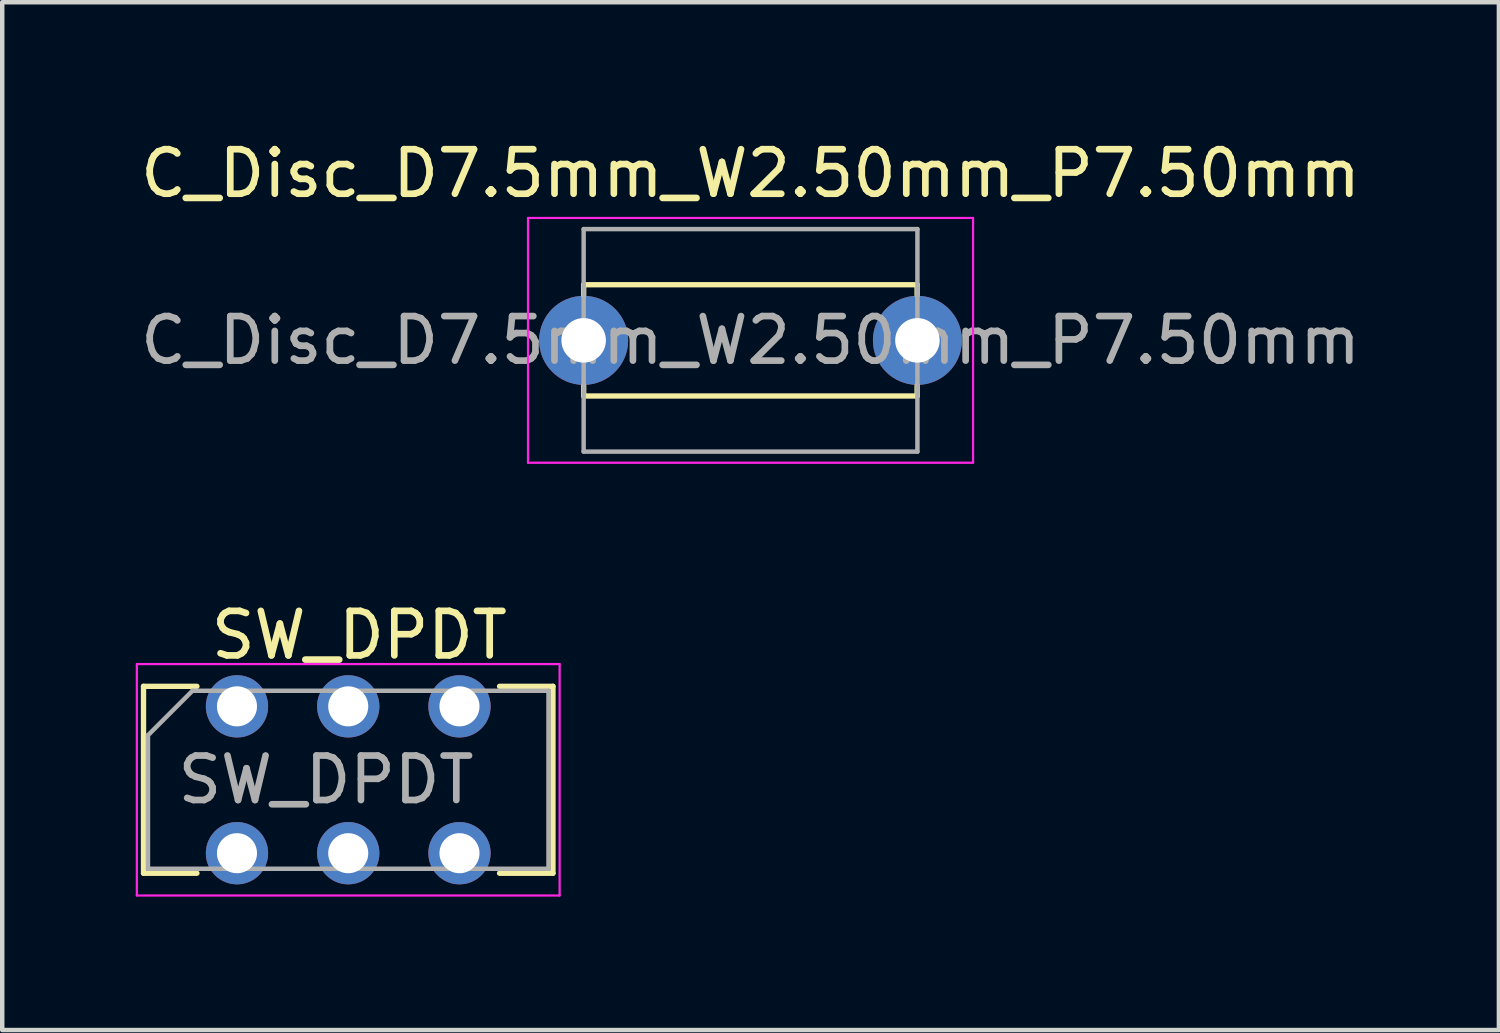
<source format=kicad_pcb>
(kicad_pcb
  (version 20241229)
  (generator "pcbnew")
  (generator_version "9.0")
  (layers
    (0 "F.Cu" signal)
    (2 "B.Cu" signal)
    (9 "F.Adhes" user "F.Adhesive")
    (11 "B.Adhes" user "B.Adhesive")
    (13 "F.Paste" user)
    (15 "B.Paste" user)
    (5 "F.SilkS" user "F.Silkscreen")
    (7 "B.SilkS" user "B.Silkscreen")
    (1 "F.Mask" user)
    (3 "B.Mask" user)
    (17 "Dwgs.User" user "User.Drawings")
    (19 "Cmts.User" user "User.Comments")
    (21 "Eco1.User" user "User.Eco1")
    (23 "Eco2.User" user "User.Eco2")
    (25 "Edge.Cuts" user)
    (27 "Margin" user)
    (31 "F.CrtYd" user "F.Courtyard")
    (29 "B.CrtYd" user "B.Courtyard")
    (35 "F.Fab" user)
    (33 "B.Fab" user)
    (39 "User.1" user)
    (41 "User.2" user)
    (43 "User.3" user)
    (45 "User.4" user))
  (footprint "C_Disc_D7.5mm_W2.50mm_P7.50mm"
    (layer "F.Cu")
    (at 10.065 4.598)
    (property "Reference" "C_Disc_D7.5mm_W2.50mm_P7.50mm" (at 3.75 -3.75 0) (layer "F.SilkS") (effects (font (size 1 1) (thickness 0.15))))
    (attr through_hole)
    (fp_line (start 0 -1.25) (end 0 -1.016) (stroke (width 0.12) (type solid)) (layer "F.SilkS"))
    (fp_line (start 0 -1.25) (end 7.493 -1.25) (stroke (width 0.12) (type solid)) (layer "F.SilkS"))
    (fp_line (start 0 1.016) (end 0 1.25) (stroke (width 0.12) (type solid)) (layer "F.SilkS"))
    (fp_line (start 0 1.25) (end 7.493 1.25) (stroke (width 0.12) (type solid)) (layer "F.SilkS"))
    (fp_line (start 7.493 -1.25) (end 7.493 -1.016) (stroke (width 0.12) (type solid)) (layer "F.SilkS"))
    (fp_line (start 7.493 1.016) (end 7.493 1.25) (stroke (width 0.12) (type solid)) (layer "F.SilkS"))
    (fp_line (start -1.25 -2.75) (end -1.25 2.75) (stroke (width 0.05) (type solid)) (layer "F.CrtYd"))
    (fp_line (start -1.25 2.75) (end 8.75 2.75) (stroke (width 0.05) (type solid)) (layer "F.CrtYd"))
    (fp_line (start 8.75 -2.75) (end -1.25 -2.75) (stroke (width 0.05) (type solid)) (layer "F.CrtYd"))
    (fp_line (start 8.75 2.75) (end 8.75 -2.75) (stroke (width 0.05) (type solid)) (layer "F.CrtYd"))
    (fp_line (start 0 -2.5) (end 0 2.5) (stroke (width 0.1) (type solid)) (layer "F.Fab"))
    (fp_line (start 0 2.5) (end 7.5 2.5) (stroke (width 0.1) (type solid)) (layer "F.Fab"))
    (fp_line (start 7.5 -2.5) (end 0 -2.5) (stroke (width 0.1) (type solid)) (layer "F.Fab"))
    (fp_line (start 7.5 2.5) (end 7.5 -2.5) (stroke (width 0.1) (type solid)) (layer "F.Fab"))
    (fp_text user "${REFERENCE}" (at 3.75 0 0) (layer "F.Fab") (effects (font (size 1 1) (thickness 0.15))))
    (pad "1" thru_hole circle (at 0 0) (size 2 2) (drill 1) (layers "*.Cu" "*.Mask"))
    (pad "2" thru_hole circle (at 7.5 0) (size 2 2) (drill 1) (layers "*.Cu" "*.Mask")))
  (footprint "SW_DPDT"
    (layer "F.Cu")
    (at 2.275 12.822)
    (property "Reference" "SW_DPDT" (at 2.75 -1.6 0) (layer "F.SilkS") (effects (font (size 1 1) (thickness 0.15))))
    (attr through_hole)
    (fp_line (start -2.1 -0.45) (end -2.1 3.75) (stroke (width 0.12) (type solid)) (layer "F.SilkS"))
    (fp_line (start -2.1 3.75) (end -0.9 3.75) (stroke (width 0.12) (type solid)) (layer "F.SilkS"))
    (fp_line (start -0.9 -0.45) (end -2.1 -0.45) (stroke (width 0.12) (type solid)) (layer "F.SilkS"))
    (fp_line (start 5.9 -0.45) (end 7.1 -0.45) (stroke (width 0.12) (type solid)) (layer "F.SilkS"))
    (fp_line (start 7.1 -0.45) (end 7.1 3.75) (stroke (width 0.12) (type solid)) (layer "F.SilkS"))
    (fp_line (start 7.1 3.75) (end 5.9 3.75) (stroke (width 0.12) (type solid)) (layer "F.SilkS"))
    (fp_line (start -2.25 -0.95) (end 7.25 -0.95) (stroke (width 0.05) (type solid)) (layer "F.CrtYd"))
    (fp_line (start -2.25 4.25) (end -2.25 -0.95) (stroke (width 0.05) (type solid)) (layer "F.CrtYd"))
    (fp_line (start 7.25 -0.95) (end 7.25 4.25) (stroke (width 0.05) (type solid)) (layer "F.CrtYd"))
    (fp_line (start 7.25 4.25) (end -2.25 4.25) (stroke (width 0.05) (type solid)) (layer "F.CrtYd"))
    (fp_line (start -2 3.65) (end -2 0.65) (stroke (width 0.1) (type solid)) (layer "F.Fab"))
    (fp_line (start -1 -0.35) (end -2 0.65) (stroke (width 0.1) (type solid)) (layer "F.Fab"))
    (fp_line (start -1 -0.35) (end 7 -0.35) (stroke (width 0.1) (type solid)) (layer "F.Fab"))
    (fp_line (start 7 -0.35) (end 7 3.65) (stroke (width 0.1) (type solid)) (layer "F.Fab"))
    (fp_line (start 7 3.65) (end -2 3.65) (stroke (width 0.1) (type solid)) (layer "F.Fab"))
    (fp_text user "${REFERENCE}" (at 2 1.65 0) (layer "F.Fab") (effects (font (size 1 1) (thickness 0.15))))
    (pad "1" thru_hole circle (at 0 0) (size 1.4 1.4) (drill 0.9) (layers "*.Cu" "*.Mask"))
    (pad "2" thru_hole circle (at 2.5 0) (size 1.4 1.4) (drill 0.9) (layers "*.Cu" "*.Mask"))
    (pad "3" thru_hole circle (at 5 0) (size 1.4 1.4) (drill 0.9) (layers "*.Cu" "*.Mask"))
    (pad "4" thru_hole circle (at 0 3.3) (size 1.4 1.4) (drill 0.9) (layers "*.Cu" "*.Mask"))
    (pad "5" thru_hole circle (at 2.5 3.3) (size 1.4 1.4) (drill 0.9) (layers "*.Cu" "*.Mask"))
    (pad "6" thru_hole circle (at 5 3.3) (size 1.4 1.4) (drill 0.9) (layers "*.Cu" "*.Mask")))
  (gr_rect
    (start -3 -3)
    (end 30.631 20.096)
    (stroke (width 0.1) (type default))
    (fill no)
    (layer "Edge.Cuts")))
</source>
